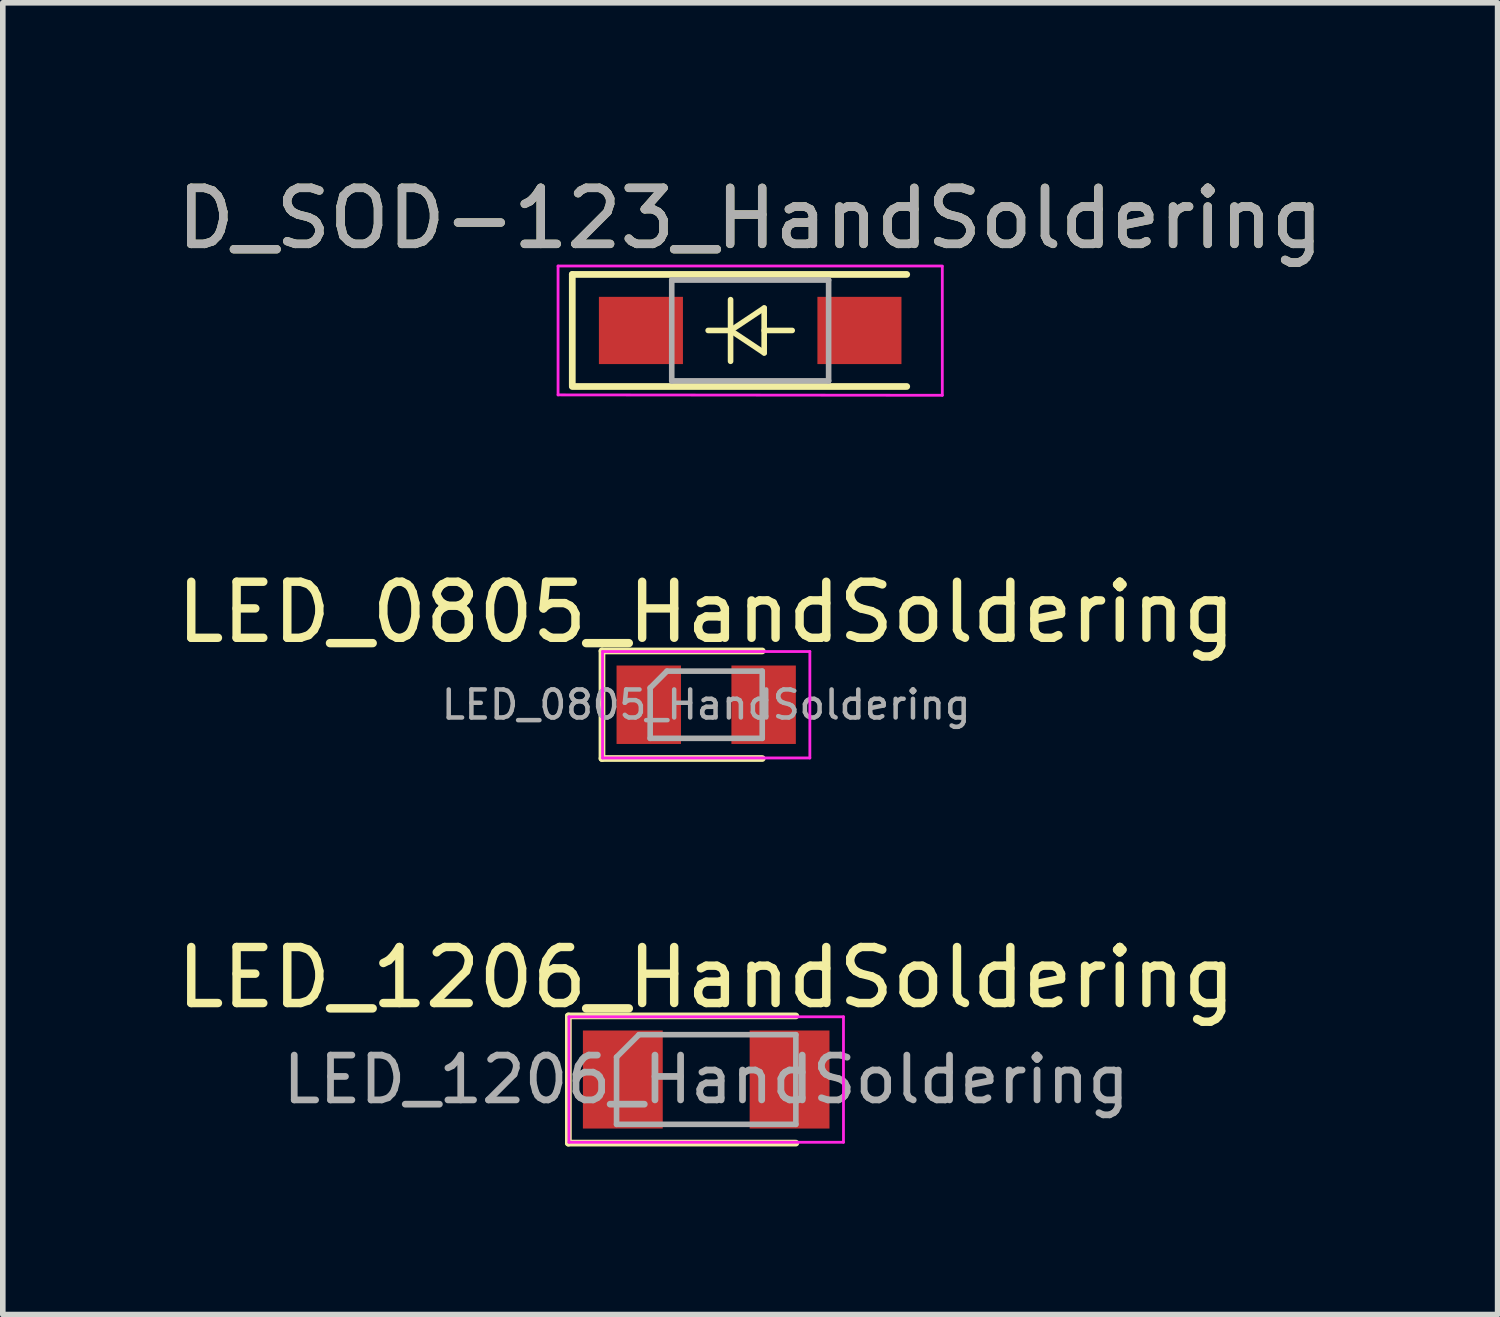
<source format=kicad_pcb>
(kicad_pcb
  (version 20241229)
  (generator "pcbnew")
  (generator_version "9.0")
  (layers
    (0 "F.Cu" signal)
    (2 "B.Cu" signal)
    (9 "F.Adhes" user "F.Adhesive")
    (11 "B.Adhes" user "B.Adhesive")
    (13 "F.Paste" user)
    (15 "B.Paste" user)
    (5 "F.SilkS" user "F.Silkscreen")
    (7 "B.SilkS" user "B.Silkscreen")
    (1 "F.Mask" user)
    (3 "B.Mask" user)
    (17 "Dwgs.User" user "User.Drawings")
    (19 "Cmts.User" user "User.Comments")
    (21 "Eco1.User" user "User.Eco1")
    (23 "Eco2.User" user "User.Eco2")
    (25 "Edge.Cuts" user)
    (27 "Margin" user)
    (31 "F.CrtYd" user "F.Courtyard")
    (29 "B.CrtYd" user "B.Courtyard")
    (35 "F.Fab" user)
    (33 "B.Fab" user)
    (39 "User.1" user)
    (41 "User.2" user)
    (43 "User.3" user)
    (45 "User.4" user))
  (footprint "LED_1206_HandSoldering"
    (layer "F.Cu")
    (at 9.554 16.217)
    (property "Reference" "LED_1206_HandSoldering" (at 0 -1.82 0) (layer "F.SilkS") (effects (font (size 1 1) (thickness 0.15))))
    (attr smd)
    (fp_line (start -2.46 -1.135) (end -2.46 1.135) (stroke (width 0.12) (type solid)) (layer "F.SilkS"))
    (fp_line (start -2.46 1.135) (end 1.6 1.135) (stroke (width 0.12) (type solid)) (layer "F.SilkS"))
    (fp_line (start 1.6 -1.135) (end -2.46 -1.135) (stroke (width 0.12) (type solid)) (layer "F.SilkS"))
    (fp_line (start -2.45 -1.12) (end 2.45 -1.12) (stroke (width 0.05) (type solid)) (layer "F.CrtYd"))
    (fp_line (start -2.45 1.12) (end -2.45 -1.12) (stroke (width 0.05) (type solid)) (layer "F.CrtYd"))
    (fp_line (start 2.45 -1.12) (end 2.45 1.12) (stroke (width 0.05) (type solid)) (layer "F.CrtYd"))
    (fp_line (start 2.45 1.12) (end -2.45 1.12) (stroke (width 0.05) (type solid)) (layer "F.CrtYd"))
    (fp_line (start -1.6 -0.4) (end -1.6 0.8) (stroke (width 0.1) (type solid)) (layer "F.Fab"))
    (fp_line (start -1.6 0.8) (end 1.6 0.8) (stroke (width 0.1) (type solid)) (layer "F.Fab"))
    (fp_line (start -1.2 -0.8) (end -1.6 -0.4) (stroke (width 0.1) (type solid)) (layer "F.Fab"))
    (fp_line (start 1.6 -0.8) (end -1.2 -0.8) (stroke (width 0.1) (type solid)) (layer "F.Fab"))
    (fp_line (start 1.6 0.8) (end 1.6 -0.8) (stroke (width 0.1) (type solid)) (layer "F.Fab"))
    (fp_text user "${REFERENCE}" (at 0 0 0) (layer "F.Fab") (effects (font (size 0.8 0.8) (thickness 0.12))))
    (pad "1" smd rect (at -1.488 0) (size 1.425 1.75) (layers "F.Cu" "F.Mask" "F.Paste"))
    (pad "2" smd rect (at 1.488 0) (size 1.425 1.75) (layers "F.Cu" "F.Mask" "F.Paste")))
  (footprint "LED_0805_HandSoldering"
    (layer "F.Cu")
    (at 9.554 9.528)
    (property "Reference" "LED_0805_HandSoldering" (at 0 -1.65 0) (layer "F.SilkS") (effects (font (size 1 1) (thickness 0.15))))
    (attr smd)
    (fp_line (start -1.86 -0.96) (end -1.86 0.96) (stroke (width 0.12) (type solid)) (layer "F.SilkS"))
    (fp_line (start -1.86 0.96) (end 1 0.96) (stroke (width 0.12) (type solid)) (layer "F.SilkS"))
    (fp_line (start 1 -0.96) (end -1.86 -0.96) (stroke (width 0.12) (type solid)) (layer "F.SilkS"))
    (fp_line (start -1.85 -0.95) (end 1.85 -0.95) (stroke (width 0.05) (type solid)) (layer "F.CrtYd"))
    (fp_line (start -1.85 0.95) (end -1.85 -0.95) (stroke (width 0.05) (type solid)) (layer "F.CrtYd"))
    (fp_line (start 1.85 -0.95) (end 1.85 0.95) (stroke (width 0.05) (type solid)) (layer "F.CrtYd"))
    (fp_line (start 1.85 0.95) (end -1.85 0.95) (stroke (width 0.05) (type solid)) (layer "F.CrtYd"))
    (fp_line (start -1 -0.3) (end -1 0.6) (stroke (width 0.1) (type solid)) (layer "F.Fab"))
    (fp_line (start -1 0.6) (end 1 0.6) (stroke (width 0.1) (type solid)) (layer "F.Fab"))
    (fp_line (start -0.7 -0.6) (end -1 -0.3) (stroke (width 0.1) (type solid)) (layer "F.Fab"))
    (fp_line (start 1 -0.6) (end -0.7 -0.6) (stroke (width 0.1) (type solid)) (layer "F.Fab"))
    (fp_line (start 1 0.6) (end 1 -0.6) (stroke (width 0.1) (type solid)) (layer "F.Fab"))
    (fp_text user "${REFERENCE}" (at 0 0 0) (layer "F.Fab") (effects (font (size 0.5 0.5) (thickness 0.08))))
    (pad "1" smd rect (at -1.025 0) (size 1.15 1.4) (layers "F.Cu" "F.Mask" "F.Paste"))
    (pad "2" smd rect (at 1.025 0) (size 1.15 1.4) (layers "F.Cu" "F.Mask" "F.Paste")))
  (footprint "D_SOD-123_HandSoldering"
    (layer "F.Cu")
    (at 10.339 2.848)
    (property "Reference" "D_SOD-123_HandSoldering" (at 0 -2 0) (layer "F.SilkS") (effects (font (size 1 1) (thickness 0.15))))
    (attr smd)
    (fp_line (start -3.175 -1) (end -3.175 0.984) (stroke (width 0.12) (type solid)) (layer "F.SilkS"))
    (fp_line (start -3.175 -1) (end 2.794 -1) (stroke (width 0.12) (type solid)) (layer "F.SilkS"))
    (fp_line (start -3.175 1) (end 2.794 1) (stroke (width 0.12) (type solid)) (layer "F.SilkS"))
    (fp_line (start -0.75 0) (end -0.35 0) (stroke (width 0.1) (type solid)) (layer "F.SilkS"))
    (fp_line (start -0.35 0) (end -0.35 -0.55) (stroke (width 0.1) (type solid)) (layer "F.SilkS"))
    (fp_line (start -0.35 0) (end -0.35 0.55) (stroke (width 0.1) (type solid)) (layer "F.SilkS"))
    (fp_line (start -0.35 0) (end 0.25 -0.4) (stroke (width 0.1) (type solid)) (layer "F.SilkS"))
    (fp_line (start 0.25 -0.4) (end 0.25 0.4) (stroke (width 0.1) (type solid)) (layer "F.SilkS"))
    (fp_line (start 0.25 0) (end 0.75 0) (stroke (width 0.1) (type solid)) (layer "F.SilkS"))
    (fp_line (start 0.25 0.4) (end -0.35 0) (stroke (width 0.1) (type solid)) (layer "F.SilkS"))
    (fp_line (start -3.429 -1.15) (end -3.429 1.15) (stroke (width 0.05) (type solid)) (layer "F.CrtYd"))
    (fp_line (start -3.429 -1.15) (end 3.429 -1.15) (stroke (width 0.05) (type solid)) (layer "F.CrtYd"))
    (fp_line (start 3.429 -1.143) (end 3.429 1.157) (stroke (width 0.05) (type solid)) (layer "F.CrtYd"))
    (fp_line (start 3.429 1.157) (end -3.429 1.15) (stroke (width 0.05) (type solid)) (layer "F.CrtYd"))
    (fp_line (start -1.4 -0.9) (end 1.4 -0.9) (stroke (width 0.1) (type solid)) (layer "F.Fab"))
    (fp_line (start -1.4 0.9) (end -1.4 -0.9) (stroke (width 0.1) (type solid)) (layer "F.Fab"))
    (fp_line (start 1.4 -0.9) (end 1.4 0.9) (stroke (width 0.1) (type solid)) (layer "F.Fab"))
    (fp_line (start 1.4 0.9) (end -1.4 0.9) (stroke (width 0.1) (type solid)) (layer "F.Fab"))
    (fp_text user "${REFERENCE}" (at 0 -2 0) (layer "F.Fab") (effects (font (size 1 1) (thickness 0.15))))
    (pad "1" smd rect (at -1.95 0) (size 1.5 1.2) (layers "F.Cu" "F.Mask" "F.Paste"))
    (pad "2" smd rect (at 1.95 0) (size 1.5 1.2) (layers "F.Cu" "F.Mask" "F.Paste")))
  (gr_rect
    (start -3 -3)
    (end 23.679 20.412)
    (stroke (width 0.1) (type default))
    (fill no)
    (layer "Edge.Cuts")))
</source>
